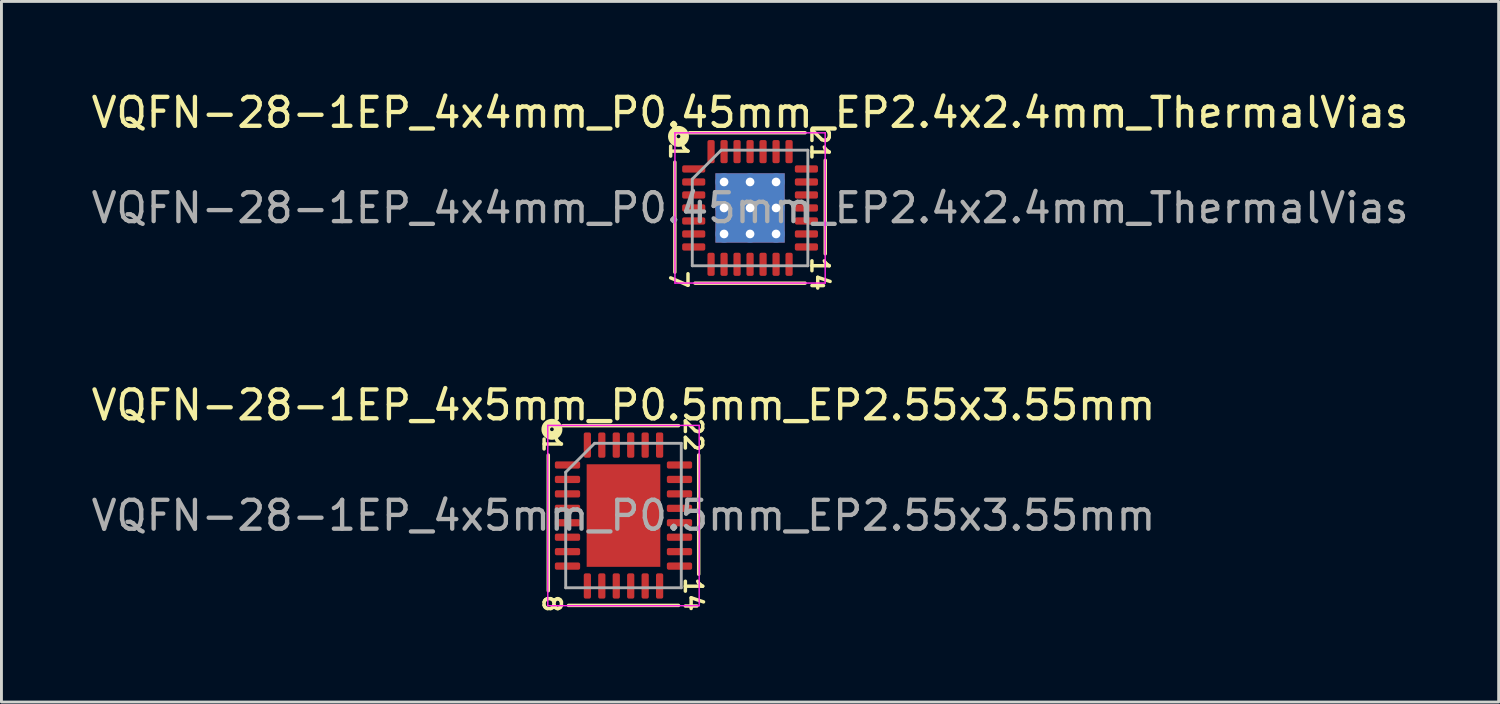
<source format=kicad_pcb>
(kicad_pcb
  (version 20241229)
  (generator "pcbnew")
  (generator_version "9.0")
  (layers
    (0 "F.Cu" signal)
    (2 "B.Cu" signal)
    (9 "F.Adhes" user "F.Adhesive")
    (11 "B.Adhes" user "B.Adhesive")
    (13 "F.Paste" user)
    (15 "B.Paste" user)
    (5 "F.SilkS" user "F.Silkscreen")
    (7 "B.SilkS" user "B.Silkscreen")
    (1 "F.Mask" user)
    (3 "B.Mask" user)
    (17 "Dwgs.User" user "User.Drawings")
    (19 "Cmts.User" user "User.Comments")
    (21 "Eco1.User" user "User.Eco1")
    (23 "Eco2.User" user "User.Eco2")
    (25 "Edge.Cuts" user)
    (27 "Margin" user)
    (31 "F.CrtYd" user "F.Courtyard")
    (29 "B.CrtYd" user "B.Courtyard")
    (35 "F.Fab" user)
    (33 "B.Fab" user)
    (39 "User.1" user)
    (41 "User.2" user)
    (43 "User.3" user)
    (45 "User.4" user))
  (footprint "VQFN-28-1EP_4x5mm_P0.5mm_EP2.55x3.55mm"
    (layer "F.Cu")
    (at 18.53 14.794)
    (property "Reference" "VQFN-28-1EP_4x5mm_P0.5mm_EP2.55x3.55mm" (at 0 -3.82 0) (layer "F.SilkS") (effects (font (size 1 1) (thickness 0.15))))
    (attr smd)
    (fp_line (start -2.603 -2.095) (end -2.603 2.603) (stroke (width 0.12) (type solid)) (layer "F.SilkS"))
    (fp_line (start -1.905 3.111) (end 1.905 3.111) (stroke (width 0.12) (type solid)) (layer "F.SilkS"))
    (fp_line (start 1.905 -3.111) (end -2.095 -3.111) (stroke (width 0.12) (type solid)) (layer "F.SilkS"))
    (fp_line (start 2.603 2.032) (end 2.603 -2.095) (stroke (width 0.12) (type solid)) (layer "F.SilkS"))
    (fp_circle (center -2.477 -2.985) (end -2.413 -2.985) (stroke (width 0.3) (type solid)) (fill no) (layer "F.SilkS"))
    (fp_line (start -2.62 -3.12) (end -2.62 3.12) (stroke (width 0.05) (type solid)) (layer "F.CrtYd"))
    (fp_line (start -2.62 3.12) (end 2.62 3.12) (stroke (width 0.05) (type solid)) (layer "F.CrtYd"))
    (fp_line (start 2.62 -3.12) (end -2.62 -3.12) (stroke (width 0.05) (type solid)) (layer "F.CrtYd"))
    (fp_line (start 2.62 3.12) (end 2.62 -3.12) (stroke (width 0.05) (type solid)) (layer "F.CrtYd"))
    (fp_line (start -2 -1.5) (end -1 -2.5) (stroke (width 0.1) (type solid)) (layer "F.Fab"))
    (fp_line (start -2 2.5) (end -2 -1.5) (stroke (width 0.1) (type solid)) (layer "F.Fab"))
    (fp_line (start -1 -2.5) (end 2 -2.5) (stroke (width 0.1) (type solid)) (layer "F.Fab"))
    (fp_line (start 2 -2.5) (end 2 2.5) (stroke (width 0.1) (type solid)) (layer "F.Fab"))
    (fp_line (start 2 2.5) (end -2 2.5) (stroke (width 0.1) (type solid)) (layer "F.Fab"))
    (fp_text user "1" (at -2.477 -2.477 270) (unlocked yes) (layer "F.SilkS") (effects (font (size 0.6 0.6) (thickness 0.12))))
    (fp_text user "22" (at 2.413 -2.794 270) (unlocked yes) (layer "F.SilkS") (effects (font (size 0.6 0.6) (thickness 0.12))))
    (fp_text user "8" (at -2.477 3.048 270) (unlocked yes) (layer "F.SilkS") (effects (font (size 0.6 0.6) (thickness 0.12))))
    (fp_text user "14" (at 2.413 2.731 270) (unlocked yes) (layer "F.SilkS") (effects (font (size 0.6 0.6) (thickness 0.12))))
    (fp_text user "${REFERENCE}" (at 0 0 0) (layer "F.Fab") (effects (font (size 1 1) (thickness 0.15))))
    (pad "" smd roundrect (at -0.635 -1.18) (size 1.03 0.95) (layers "F.Paste") (roundrect_rratio 0.25))
    (pad "" smd roundrect (at -0.635 0) (size 1.03 0.95) (layers "F.Paste") (roundrect_rratio 0.25))
    (pad "" smd roundrect (at -0.635 1.18) (size 1.03 0.95) (layers "F.Paste") (roundrect_rratio 0.25))
    (pad "" smd roundrect (at 0.635 -1.18) (size 1.03 0.95) (layers "F.Paste") (roundrect_rratio 0.25))
    (pad "" smd roundrect (at 0.635 0) (size 1.03 0.95) (layers "F.Paste") (roundrect_rratio 0.25))
    (pad "" smd roundrect (at 0.635 1.18) (size 1.03 0.95) (layers "F.Paste") (roundrect_rratio 0.25))
    (pad "1" smd roundrect (at -1.938 -1.75) (size 0.875 0.25) (layers "F.Cu" "F.Mask" "F.Paste") (roundrect_rratio 0.25))
    (pad "2" smd roundrect (at -1.938 -1.25) (size 0.875 0.25) (layers "F.Cu" "F.Mask" "F.Paste") (roundrect_rratio 0.25))
    (pad "3" smd roundrect (at -1.938 -0.75) (size 0.875 0.25) (layers "F.Cu" "F.Mask" "F.Paste") (roundrect_rratio 0.25))
    (pad "4" smd roundrect (at -1.938 -0.25) (size 0.875 0.25) (layers "F.Cu" "F.Mask" "F.Paste") (roundrect_rratio 0.25))
    (pad "5" smd roundrect (at -1.938 0.25) (size 0.875 0.25) (layers "F.Cu" "F.Mask" "F.Paste") (roundrect_rratio 0.25))
    (pad "6" smd roundrect (at -1.938 0.75) (size 0.875 0.25) (layers "F.Cu" "F.Mask" "F.Paste") (roundrect_rratio 0.25))
    (pad "7" smd roundrect (at -1.938 1.25) (size 0.875 0.25) (layers "F.Cu" "F.Mask" "F.Paste") (roundrect_rratio 0.25))
    (pad "8" smd roundrect (at -1.938 1.75) (size 0.875 0.25) (layers "F.Cu" "F.Mask" "F.Paste") (roundrect_rratio 0.25))
    (pad "9" smd roundrect (at -1.25 2.438) (size 0.25 0.875) (layers "F.Cu" "F.Mask" "F.Paste") (roundrect_rratio 0.25))
    (pad "10" smd roundrect (at -0.75 2.438) (size 0.25 0.875) (layers "F.Cu" "F.Mask" "F.Paste") (roundrect_rratio 0.25))
    (pad "11" smd roundrect (at -0.25 2.438) (size 0.25 0.875) (layers "F.Cu" "F.Mask" "F.Paste") (roundrect_rratio 0.25))
    (pad "12" smd roundrect (at 0.25 2.438) (size 0.25 0.875) (layers "F.Cu" "F.Mask" "F.Paste") (roundrect_rratio 0.25))
    (pad "13" smd roundrect (at 0.75 2.438) (size 0.25 0.875) (layers "F.Cu" "F.Mask" "F.Paste") (roundrect_rratio 0.25))
    (pad "14" smd roundrect (at 1.25 2.438) (size 0.25 0.875) (layers "F.Cu" "F.Mask" "F.Paste") (roundrect_rratio 0.25))
    (pad "15" smd roundrect (at 1.938 1.75) (size 0.875 0.25) (layers "F.Cu" "F.Mask" "F.Paste") (roundrect_rratio 0.25))
    (pad "16" smd roundrect (at 1.938 1.25) (size 0.875 0.25) (layers "F.Cu" "F.Mask" "F.Paste") (roundrect_rratio 0.25))
    (pad "17" smd roundrect (at 1.938 0.75) (size 0.875 0.25) (layers "F.Cu" "F.Mask" "F.Paste") (roundrect_rratio 0.25))
    (pad "18" smd roundrect (at 1.938 0.25) (size 0.875 0.25) (layers "F.Cu" "F.Mask" "F.Paste") (roundrect_rratio 0.25))
    (pad "19" smd roundrect (at 1.938 -0.25) (size 0.875 0.25) (layers "F.Cu" "F.Mask" "F.Paste") (roundrect_rratio 0.25))
    (pad "20" smd roundrect (at 1.938 -0.75) (size 0.875 0.25) (layers "F.Cu" "F.Mask" "F.Paste") (roundrect_rratio 0.25))
    (pad "21" smd roundrect (at 1.938 -1.25) (size 0.875 0.25) (layers "F.Cu" "F.Mask" "F.Paste") (roundrect_rratio 0.25))
    (pad "22" smd roundrect (at 1.938 -1.75) (size 0.875 0.25) (layers "F.Cu" "F.Mask" "F.Paste") (roundrect_rratio 0.25))
    (pad "23" smd roundrect (at 1.25 -2.438) (size 0.25 0.875) (layers "F.Cu" "F.Mask" "F.Paste") (roundrect_rratio 0.25))
    (pad "24" smd roundrect (at 0.75 -2.438) (size 0.25 0.875) (layers "F.Cu" "F.Mask" "F.Paste") (roundrect_rratio 0.25))
    (pad "25" smd roundrect (at 0.25 -2.438) (size 0.25 0.875) (layers "F.Cu" "F.Mask" "F.Paste") (roundrect_rratio 0.25))
    (pad "26" smd roundrect (at -0.25 -2.438) (size 0.25 0.875) (layers "F.Cu" "F.Mask" "F.Paste") (roundrect_rratio 0.25))
    (pad "27" smd roundrect (at -0.75 -2.438) (size 0.25 0.875) (layers "F.Cu" "F.Mask" "F.Paste") (roundrect_rratio 0.25))
    (pad "28" smd roundrect (at -1.25 -2.438) (size 0.25 0.875) (layers "F.Cu" "F.Mask" "F.Paste") (roundrect_rratio 0.25))
    (pad "29" smd rect (at 0 0) (size 2.55 3.55) (layers "F.Cu" "F.Mask")))
  (footprint "VQFN-28-1EP_4x4mm_P0.45mm_EP2.4x2.4mm_ThermalVias"
    (layer "F.Cu")
    (at 22.911 4.148)
    (property "Reference" "VQFN-28-1EP_4x4mm_P0.45mm_EP2.4x2.4mm_ThermalVias" (at 0 -3.3 0) (layer "F.SilkS") (effects (font (size 1 1) (thickness 0.15))))
    (attr smd)
    (fp_line (start -2.603 -1.587) (end -2.603 2.223) (stroke (width 0.12) (type solid)) (layer "F.SilkS"))
    (fp_line (start -1.905 2.603) (end 1.905 2.603) (stroke (width 0.12) (type solid)) (layer "F.SilkS"))
    (fp_line (start 1.905 -2.603) (end -2.095 -2.603) (stroke (width 0.12) (type solid)) (layer "F.SilkS"))
    (fp_line (start 2.603 1.587) (end 2.603 -1.651) (stroke (width 0.12) (type solid)) (layer "F.SilkS"))
    (fp_circle (center -2.477 -2.477) (end -2.413 -2.477) (stroke (width 0.3) (type solid)) (fill no) (layer "F.SilkS"))
    (fp_line (start -2.6 -2.6) (end -2.6 2.6) (stroke (width 0.05) (type solid)) (layer "F.CrtYd"))
    (fp_line (start -2.6 2.6) (end 2.6 2.6) (stroke (width 0.05) (type solid)) (layer "F.CrtYd"))
    (fp_line (start 2.6 -2.6) (end -2.6 -2.6) (stroke (width 0.05) (type solid)) (layer "F.CrtYd"))
    (fp_line (start 2.6 2.6) (end 2.6 -2.6) (stroke (width 0.05) (type solid)) (layer "F.CrtYd"))
    (fp_line (start -2 -1) (end -1 -2) (stroke (width 0.1) (type solid)) (layer "F.Fab"))
    (fp_line (start -2 2) (end -2 -1) (stroke (width 0.1) (type solid)) (layer "F.Fab"))
    (fp_line (start -1 -2) (end 2 -2) (stroke (width 0.1) (type solid)) (layer "F.Fab"))
    (fp_line (start 2 -2) (end 2 2) (stroke (width 0.1) (type solid)) (layer "F.Fab"))
    (fp_line (start 2 2) (end -2 2) (stroke (width 0.1) (type solid)) (layer "F.Fab"))
    (fp_text user "14" (at 2.413 2.286 270) (unlocked yes) (layer "F.SilkS") (effects (font (size 0.6 0.6) (thickness 0.12))))
    (fp_text user "1" (at -2.477 -1.968 270) (unlocked yes) (layer "F.SilkS") (effects (font (size 0.6 0.6) (thickness 0.12))))
    (fp_text user "21" (at 2.413 -2.223 270) (unlocked yes) (layer "F.SilkS") (effects (font (size 0.6 0.6) (thickness 0.12))))
    (fp_text user "7" (at -2.477 2.477 270) (unlocked yes) (layer "F.SilkS") (effects (font (size 0.6 0.6) (thickness 0.12))))
    (fp_text user "${REFERENCE}" (at 0 0 0) (layer "F.Fab") (effects (font (size 1 1) (thickness 0.15))))
    (pad "" smd roundrect (at -0.6 -0.6) (size 1 1) (layers "F.Paste") (roundrect_rratio 0.25))
    (pad "" smd roundrect (at -0.6 0.6) (size 1 1) (layers "F.Paste") (roundrect_rratio 0.25))
    (pad "" smd roundrect (at 0.6 -0.6) (size 1 1) (layers "F.Paste") (roundrect_rratio 0.25))
    (pad "" smd roundrect (at 0.6 0.6) (size 1 1) (layers "F.Paste") (roundrect_rratio 0.25))
    (pad "1" smd roundrect (at -1.95 -1.35) (size 0.8 0.25) (layers "F.Cu" "F.Mask" "F.Paste") (roundrect_rratio 0.25))
    (pad "2" smd roundrect (at -1.95 -0.9) (size 0.8 0.25) (layers "F.Cu" "F.Mask" "F.Paste") (roundrect_rratio 0.25))
    (pad "3" smd roundrect (at -1.95 -0.45) (size 0.8 0.25) (layers "F.Cu" "F.Mask" "F.Paste") (roundrect_rratio 0.25))
    (pad "4" smd roundrect (at -1.95 0) (size 0.8 0.25) (layers "F.Cu" "F.Mask" "F.Paste") (roundrect_rratio 0.25))
    (pad "5" smd roundrect (at -1.95 0.45) (size 0.8 0.25) (layers "F.Cu" "F.Mask" "F.Paste") (roundrect_rratio 0.25))
    (pad "6" smd roundrect (at -1.95 0.9) (size 0.8 0.25) (layers "F.Cu" "F.Mask" "F.Paste") (roundrect_rratio 0.25))
    (pad "7" smd roundrect (at -1.95 1.35) (size 0.8 0.25) (layers "F.Cu" "F.Mask" "F.Paste") (roundrect_rratio 0.25))
    (pad "8" smd roundrect (at -1.35 1.95) (size 0.25 0.8) (layers "F.Cu" "F.Mask" "F.Paste") (roundrect_rratio 0.25))
    (pad "9" smd roundrect (at -0.9 1.95) (size 0.25 0.8) (layers "F.Cu" "F.Mask" "F.Paste") (roundrect_rratio 0.25))
    (pad "10" smd roundrect (at -0.45 1.95) (size 0.25 0.8) (layers "F.Cu" "F.Mask" "F.Paste") (roundrect_rratio 0.25))
    (pad "11" smd roundrect (at 0 1.95) (size 0.25 0.8) (layers "F.Cu" "F.Mask" "F.Paste") (roundrect_rratio 0.25))
    (pad "12" smd roundrect (at 0.45 1.95) (size 0.25 0.8) (layers "F.Cu" "F.Mask" "F.Paste") (roundrect_rratio 0.25))
    (pad "13" smd roundrect (at 0.9 1.95) (size 0.25 0.8) (layers "F.Cu" "F.Mask" "F.Paste") (roundrect_rratio 0.25))
    (pad "14" smd roundrect (at 1.35 1.95) (size 0.25 0.8) (layers "F.Cu" "F.Mask" "F.Paste") (roundrect_rratio 0.25))
    (pad "15" smd roundrect (at 1.95 1.35) (size 0.8 0.25) (layers "F.Cu" "F.Mask" "F.Paste") (roundrect_rratio 0.25))
    (pad "16" smd roundrect (at 1.95 0.9) (size 0.8 0.25) (layers "F.Cu" "F.Mask" "F.Paste") (roundrect_rratio 0.25))
    (pad "17" smd roundrect (at 1.95 0.45) (size 0.8 0.25) (layers "F.Cu" "F.Mask" "F.Paste") (roundrect_rratio 0.25))
    (pad "18" smd roundrect (at 1.95 0) (size 0.8 0.25) (layers "F.Cu" "F.Mask" "F.Paste") (roundrect_rratio 0.25))
    (pad "19" smd roundrect (at 1.95 -0.45) (size 0.8 0.25) (layers "F.Cu" "F.Mask" "F.Paste") (roundrect_rratio 0.25))
    (pad "20" smd roundrect (at 1.95 -0.9) (size 0.8 0.25) (layers "F.Cu" "F.Mask" "F.Paste") (roundrect_rratio 0.25))
    (pad "21" smd roundrect (at 1.95 -1.35) (size 0.8 0.25) (layers "F.Cu" "F.Mask" "F.Paste") (roundrect_rratio 0.25))
    (pad "22" smd roundrect (at 1.35 -1.95) (size 0.25 0.8) (layers "F.Cu" "F.Mask" "F.Paste") (roundrect_rratio 0.25))
    (pad "23" smd roundrect (at 0.9 -1.95) (size 0.25 0.8) (layers "F.Cu" "F.Mask" "F.Paste") (roundrect_rratio 0.25))
    (pad "24" smd roundrect (at 0.45 -1.95) (size 0.25 0.8) (layers "F.Cu" "F.Mask" "F.Paste") (roundrect_rratio 0.25))
    (pad "25" smd roundrect (at 0 -1.95) (size 0.25 0.8) (layers "F.Cu" "F.Mask" "F.Paste") (roundrect_rratio 0.25))
    (pad "26" smd roundrect (at -0.45 -1.95) (size 0.25 0.8) (layers "F.Cu" "F.Mask" "F.Paste") (roundrect_rratio 0.25))
    (pad "27" smd roundrect (at -0.9 -1.95) (size 0.25 0.8) (layers "F.Cu" "F.Mask" "F.Paste") (roundrect_rratio 0.25))
    (pad "28" smd roundrect (at -1.35 -1.95) (size 0.25 0.8) (layers "F.Cu" "F.Mask" "F.Paste") (roundrect_rratio 0.25))
    (pad "29" thru_hole circle (at -0.9 -0.9) (size 0.6 0.6) (drill 0.3) (layers "*.Cu"))
    (pad "29" thru_hole circle (at -0.9 0) (size 0.6 0.6) (drill 0.3) (layers "*.Cu"))
    (pad "29" thru_hole circle (at -0.9 0.9) (size 0.6 0.6) (drill 0.3) (layers "*.Cu"))
    (pad "29" thru_hole circle (at 0 -0.9) (size 0.6 0.6) (drill 0.3) (layers "*.Cu"))
    (pad "29" thru_hole circle (at 0 0) (size 0.6 0.6) (drill 0.3) (layers "*.Cu"))
    (pad "29" smd rect (at 0 0) (size 2.4 2.4) (layers "F.Cu" "F.Mask"))
    (pad "29" smd rect (at 0 0) (size 2.4 2.4) (layers "B.Cu" "B.Mask"))
    (pad "29" thru_hole circle (at 0 0.9) (size 0.6 0.6) (drill 0.3) (layers "*.Cu"))
    (pad "29" thru_hole circle (at 0.9 -0.9) (size 0.6 0.6) (drill 0.3) (layers "*.Cu"))
    (pad "29" thru_hole circle (at 0.9 0) (size 0.6 0.6) (drill 0.3) (layers "*.Cu"))
    (pad "29" thru_hole circle (at 0.9 0.9) (size 0.6 0.6) (drill 0.3) (layers "*.Cu")))
  (gr_rect
    (start -3 -3)
    (end 48.821 21.248)
    (stroke (width 0.1) (type default))
    (fill no)
    (layer "Edge.Cuts")))
</source>
